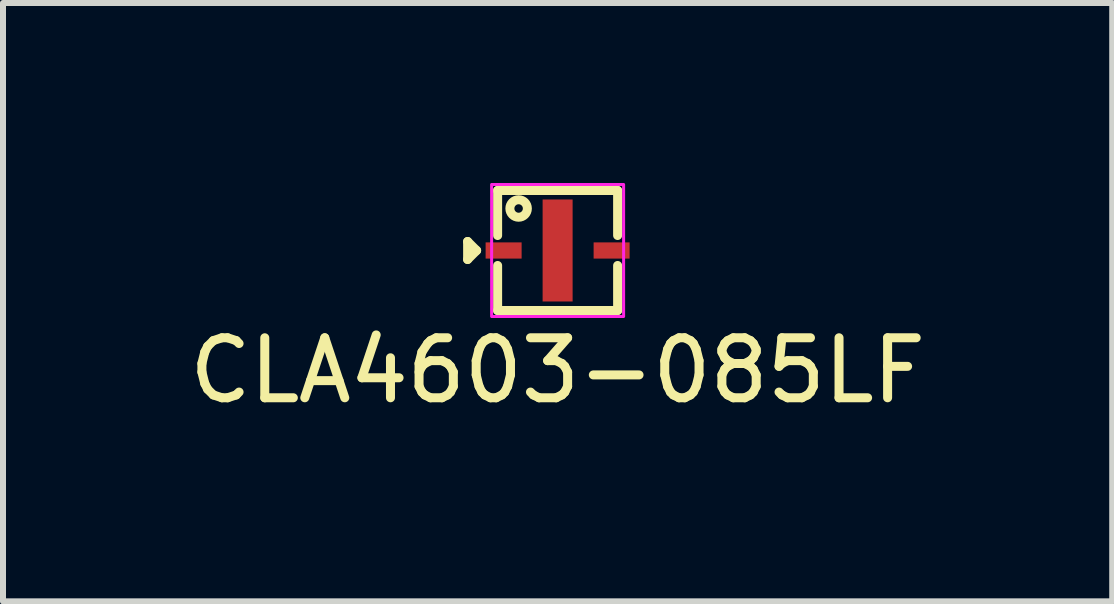
<source format=kicad_pcb>
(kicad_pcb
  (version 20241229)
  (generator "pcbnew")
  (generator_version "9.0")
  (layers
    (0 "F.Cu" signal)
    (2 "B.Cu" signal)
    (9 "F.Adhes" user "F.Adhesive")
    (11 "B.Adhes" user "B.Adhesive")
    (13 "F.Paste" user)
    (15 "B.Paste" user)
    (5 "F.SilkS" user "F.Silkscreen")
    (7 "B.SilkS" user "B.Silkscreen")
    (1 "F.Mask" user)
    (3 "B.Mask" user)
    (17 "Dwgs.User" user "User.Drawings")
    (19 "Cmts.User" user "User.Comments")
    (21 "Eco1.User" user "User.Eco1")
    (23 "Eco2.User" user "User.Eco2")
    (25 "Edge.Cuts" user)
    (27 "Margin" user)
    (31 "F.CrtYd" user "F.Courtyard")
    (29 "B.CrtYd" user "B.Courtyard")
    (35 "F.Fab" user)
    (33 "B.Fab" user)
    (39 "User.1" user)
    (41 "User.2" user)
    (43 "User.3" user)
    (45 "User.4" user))
  (footprint "CLA4603-085LF"
    (layer "F.Cu")
    (at 6.244 1.125)
    (property "Reference" "CLA4603-085LF" (at 0 2 0) (layer "F.SilkS") (effects (font (size 1 1) (thickness 0.15))))
    (attr through_hole)
    (fp_line (start -1.5 -0.15) (end -1.5 0.15) (stroke (width 0.15) (type solid)) (layer "F.SilkS"))
    (fp_line (start -1.5 0.15) (end -1.35 0) (stroke (width 0.15) (type solid)) (layer "F.SilkS"))
    (fp_line (start -1.35 0) (end -1.5 -0.15) (stroke (width 0.15) (type solid)) (layer "F.SilkS"))
    (fp_line (start -1 -1) (end 1 -1) (stroke (width 0.15) (type solid)) (layer "F.SilkS"))
    (fp_line (start -1 -0.25) (end -1 -1) (stroke (width 0.15) (type solid)) (layer "F.SilkS"))
    (fp_line (start -1 1) (end -1 0.25) (stroke (width 0.15) (type solid)) (layer "F.SilkS"))
    (fp_line (start 1 -1) (end 1 -0.25) (stroke (width 0.15) (type solid)) (layer "F.SilkS"))
    (fp_line (start 1 0.25) (end 1 1) (stroke (width 0.15) (type solid)) (layer "F.SilkS"))
    (fp_line (start 1 1) (end -1 1) (stroke (width 0.15) (type solid)) (layer "F.SilkS"))
    (fp_circle (center -0.65 -0.7) (end -0.6 -0.75) (stroke (width 0.15) (type solid)) (fill no) (layer "F.SilkS"))
    (fp_rect (start -1.1 -1.1) (end 1.1 1.1) (stroke (width 0.05) (type solid)) (fill no) (layer "F.CrtYd"))
    (pad "1" smd rect (at -0.9 0) (size 0.6 0.27) (layers "F.Cu" "F.Mask" "F.Paste"))
    (pad "2" smd rect (at 0 0) (size 0.5 1.7) (layers "F.Cu" "F.Mask" "F.Paste"))
    (pad "3" smd rect (at 0.9 0) (size 0.6 0.27) (layers "F.Cu" "F.Mask" "F.Paste")))
  (gr_rect
    (start -3 -3)
    (end 15.488 6.973)
    (stroke (width 0.1) (type default))
    (fill no)
    (layer "Edge.Cuts")))
</source>
